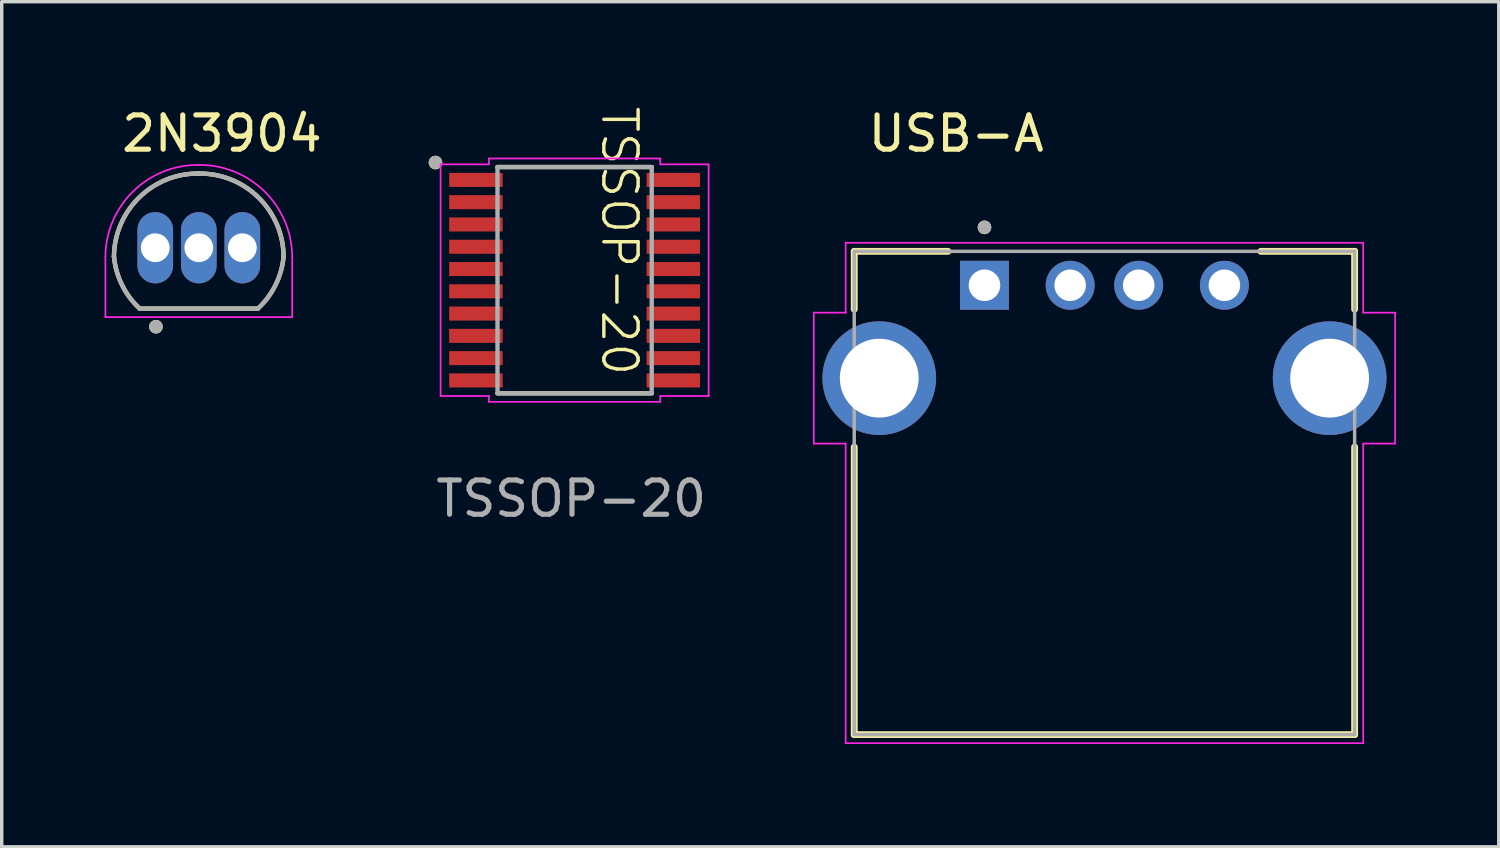
<source format=kicad_pcb>
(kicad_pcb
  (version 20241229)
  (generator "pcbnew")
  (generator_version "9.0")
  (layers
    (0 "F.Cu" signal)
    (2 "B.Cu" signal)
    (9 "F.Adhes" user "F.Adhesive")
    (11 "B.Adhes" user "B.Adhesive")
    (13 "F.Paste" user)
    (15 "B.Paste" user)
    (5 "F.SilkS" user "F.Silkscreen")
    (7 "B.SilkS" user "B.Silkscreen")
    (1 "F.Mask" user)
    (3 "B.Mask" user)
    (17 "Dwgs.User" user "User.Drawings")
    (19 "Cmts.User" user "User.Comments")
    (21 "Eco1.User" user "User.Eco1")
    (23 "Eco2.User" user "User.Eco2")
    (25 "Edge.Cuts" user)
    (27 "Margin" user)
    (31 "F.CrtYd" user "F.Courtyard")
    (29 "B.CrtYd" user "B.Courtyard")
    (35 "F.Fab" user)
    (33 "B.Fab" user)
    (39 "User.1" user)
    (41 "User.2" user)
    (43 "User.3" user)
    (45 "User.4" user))
  (footprint "2N3904"
    (layer "F.Cu")
    (at 2.75 4.178)
    (property "Reference" "2N3904" (at 0.675 -3.33 0) (layer "F.SilkS") (effects (font (size 1 1) (thickness 0.15))))
    (attr through_hole)
    (fp_line (start -1.725 1.775) (end 1.725 1.775) (stroke (width 0.127) (type solid)) (layer "F.SilkS"))
    (fp_arc (start -2.475 0.255) (mid -1.738698 -1.467589) (end 0 -2.165) (stroke (width 0.127) (type solid)) (layer "F.SilkS"))
    (fp_arc (start -1.725 1.775) (mid -2.240559 1.084355) (end -2.475 0.255) (stroke (width 0.127) (type solid)) (layer "F.SilkS"))
    (fp_arc (start 0 -2.165) (mid 1.738698 -1.467589) (end 2.475 0.255) (stroke (width 0.127) (type solid)) (layer "F.SilkS"))
    (fp_arc (start 2.475 0.255) (mid 2.240559 1.084355) (end 1.725 1.775) (stroke (width 0.127) (type solid)) (layer "F.SilkS"))
    (fp_circle (center -1.25 2.305) (end -1.15 2.305) (stroke (width 0.2) (type solid)) (fill no) (layer "F.SilkS"))
    (fp_line (start -2.725 0.255) (end -2.725 2.025) (stroke (width 0.05) (type solid)) (layer "F.CrtYd"))
    (fp_line (start -2.725 2.025) (end 2.725 2.025) (stroke (width 0.05) (type solid)) (layer "F.CrtYd"))
    (fp_line (start 2.725 2.025) (end 2.725 0.255) (stroke (width 0.05) (type solid)) (layer "F.CrtYd"))
    (fp_arc (start -2.725 0.255) (mid -1.915475 -1.644366) (end 0 -2.415) (stroke (width 0.05) (type solid)) (layer "F.CrtYd"))
    (fp_arc (start 0 -2.415) (mid 1.915475 -1.644366) (end 2.725 0.255) (stroke (width 0.05) (type solid)) (layer "F.CrtYd"))
    (fp_line (start -1.725 1.775) (end 1.725 1.775) (stroke (width 0.127) (type solid)) (layer "F.Fab"))
    (fp_arc (start -2.475 0.255) (mid -1.738698 -1.467589) (end 0 -2.165) (stroke (width 0.127) (type solid)) (layer "F.Fab"))
    (fp_arc (start -1.725 1.775) (mid -2.240559 1.084355) (end -2.475 0.255) (stroke (width 0.127) (type solid)) (layer "F.Fab"))
    (fp_arc (start 0 -2.165) (mid 1.738698 -1.467589) (end 2.475 0.255) (stroke (width 0.127) (type solid)) (layer "F.Fab"))
    (fp_arc (start 2.475 0.255) (mid 2.240559 1.084355) (end 1.725 1.775) (stroke (width 0.127) (type solid)) (layer "F.Fab"))
    (fp_circle (center -1.25 2.305) (end -1.15 2.305) (stroke (width 0.2) (type solid)) (fill no) (layer "F.Fab"))
    (pad "1" thru_hole oval (at -1.27 0) (size 1.04 2.08) (drill 0.84) (layers "*.Cu" "*.Mask"))
    (pad "2" thru_hole oval (at 0 0) (size 1.04 2.08) (drill 0.84) (layers "*.Cu" "*.Mask"))
    (pad "3" thru_hole oval (at 1.27 0) (size 1.04 2.08) (drill 0.84) (layers "*.Cu" "*.Mask")))
  (footprint "TSSOP-20"
    (layer "F.Cu")
    (at 13.755 5.249)
    (property "Reference" "TSSOP-20" (at 1.27 -1.27 270) (unlocked yes) (layer "F.SilkS") (effects (font (size 1 1) (thickness 0.1))))
    (attr smd)
    (fp_line (start -2.29 3.175) (end 2.21 3.175) (stroke (width 0.127) (type solid)) (layer "F.SilkS"))
    (fp_line (start 2.21 -3.425) (end -2.29 -3.425) (stroke (width 0.127) (type solid)) (layer "F.SilkS"))
    (fp_circle (center -4.1 -3.556) (end -4 -3.556) (stroke (width 0.2) (type solid)) (fill no) (layer "F.SilkS"))
    (fp_line (start -3.95 -3.505) (end -3.95 3.255) (stroke (width 0.05) (type default)) (layer "F.CrtYd"))
    (fp_line (start -3.95 -3.505) (end -2.54 -3.505) (stroke (width 0.05) (type solid)) (layer "F.CrtYd"))
    (fp_line (start -2.54 -3.675) (end 2.46 -3.675) (stroke (width 0.05) (type solid)) (layer "F.CrtYd"))
    (fp_line (start -2.54 -3.505) (end -2.54 -3.675) (stroke (width 0.05) (type solid)) (layer "F.CrtYd"))
    (fp_line (start -2.54 3.255) (end -3.95 3.255) (stroke (width 0.05) (type solid)) (layer "F.CrtYd"))
    (fp_line (start -2.54 3.425) (end -2.54 3.255) (stroke (width 0.05) (type solid)) (layer "F.CrtYd"))
    (fp_line (start 2.46 -3.675) (end 2.46 -3.505) (stroke (width 0.05) (type solid)) (layer "F.CrtYd"))
    (fp_line (start 2.46 -3.505) (end 3.87 -3.505) (stroke (width 0.05) (type solid)) (layer "F.CrtYd"))
    (fp_line (start 2.46 3.255) (end 2.46 3.425) (stroke (width 0.05) (type solid)) (layer "F.CrtYd"))
    (fp_line (start 2.46 3.425) (end -2.54 3.425) (stroke (width 0.05) (type solid)) (layer "F.CrtYd"))
    (fp_line (start 3.87 -3.505) (end 3.87 3.255) (stroke (width 0.05) (type solid)) (layer "F.CrtYd"))
    (fp_line (start 3.87 3.255) (end 2.46 3.255) (stroke (width 0.05) (type solid)) (layer "F.CrtYd"))
    (fp_line (start -2.29 -3.425) (end 2.21 -3.425) (stroke (width 0.127) (type solid)) (layer "F.Fab"))
    (fp_line (start -2.29 3.175) (end -2.29 -3.425) (stroke (width 0.127) (type solid)) (layer "F.Fab"))
    (fp_line (start 2.21 -3.425) (end 2.21 3.175) (stroke (width 0.127) (type solid)) (layer "F.Fab"))
    (fp_line (start 2.21 3.175) (end -2.29 3.175) (stroke (width 0.127) (type solid)) (layer "F.Fab"))
    (fp_circle (center -4.1 -3.556) (end -4 -3.556) (stroke (width 0.2) (type solid)) (fill no) (layer "F.Fab"))
    (fp_text user "${REFERENCE}" (at -0.14 6.25 0) (unlocked yes) (layer "F.Fab") (effects (font (size 1 1) (thickness 0.15))))
    (pad "1" smd rect (at -2.92 -3.05) (size 1.56 0.41) (layers "F.Cu" "F.Mask" "F.Paste"))
    (pad "2" smd rect (at -2.92 -2.4) (size 1.56 0.41) (layers "F.Cu" "F.Mask" "F.Paste"))
    (pad "3" smd rect (at -2.92 -1.75) (size 1.56 0.41) (layers "F.Cu" "F.Mask" "F.Paste"))
    (pad "4" smd rect (at -2.92 -1.1) (size 1.56 0.41) (layers "F.Cu" "F.Mask" "F.Paste"))
    (pad "5" smd rect (at -2.92 -0.45) (size 1.56 0.41) (layers "F.Cu" "F.Mask" "F.Paste"))
    (pad "6" smd rect (at -2.92 0.2) (size 1.56 0.41) (layers "F.Cu" "F.Mask" "F.Paste"))
    (pad "7" smd rect (at -2.92 0.85) (size 1.56 0.41) (layers "F.Cu" "F.Mask" "F.Paste"))
    (pad "8" smd rect (at -2.92 1.5) (size 1.56 0.41) (layers "F.Cu" "F.Mask" "F.Paste"))
    (pad "9" smd rect (at -2.92 2.15) (size 1.56 0.41) (layers "F.Cu" "F.Mask" "F.Paste"))
    (pad "10" smd rect (at -2.92 2.8) (size 1.56 0.41) (layers "F.Cu" "F.Mask" "F.Paste"))
    (pad "11" smd rect (at 2.84 2.8) (size 1.56 0.41) (layers "F.Cu" "F.Mask" "F.Paste"))
    (pad "12" smd rect (at 2.84 2.15) (size 1.56 0.41) (layers "F.Cu" "F.Mask" "F.Paste"))
    (pad "13" smd rect (at 2.84 1.5) (size 1.56 0.41) (layers "F.Cu" "F.Mask" "F.Paste"))
    (pad "14" smd rect (at 2.84 0.85) (size 1.56 0.41) (layers "F.Cu" "F.Mask" "F.Paste"))
    (pad "15" smd rect (at 2.84 0.2) (size 1.56 0.41) (layers "F.Cu" "F.Mask" "F.Paste"))
    (pad "16" smd rect (at 2.84 -0.45) (size 1.56 0.41) (layers "F.Cu" "F.Mask" "F.Paste"))
    (pad "17" smd rect (at 2.84 -1.1) (size 1.56 0.41) (layers "F.Cu" "F.Mask" "F.Paste"))
    (pad "18" smd rect (at 2.84 -1.75) (size 1.56 0.41) (layers "F.Cu" "F.Mask" "F.Paste"))
    (pad "19" smd rect (at 2.84 -2.4) (size 1.56 0.41) (layers "F.Cu" "F.Mask" "F.Paste"))
    (pad "20" smd rect (at 2.84 -3.05) (size 1.56 0.41) (layers "F.Cu" "F.Mask" "F.Paste")))
  (footprint "USB-A"
    (layer "F.Cu")
    (at 29.173 7.983)
    (property "Reference" "USB-A" (at -4.325 -7.135 0) (layer "F.SilkS") (effects (font (size 1 1) (thickness 0.15))))
    (attr through_hole)
    (fp_line (start -7.3 -3.7) (end -4.565 -3.7) (stroke (width 0.2) (type solid)) (layer "F.SilkS"))
    (fp_line (start -7.3 -2.01) (end -7.3 -3.7) (stroke (width 0.2) (type solid)) (layer "F.SilkS"))
    (fp_line (start -7.3 10.4) (end -7.3 2.01) (stroke (width 0.2) (type solid)) (layer "F.SilkS"))
    (fp_line (start 4.565 -3.7) (end 7.3 -3.7) (stroke (width 0.2) (type solid)) (layer "F.SilkS"))
    (fp_line (start 7.3 -3.7) (end 7.3 -2.01) (stroke (width 0.2) (type solid)) (layer "F.SilkS"))
    (fp_line (start 7.3 2.01) (end 7.3 10.4) (stroke (width 0.2) (type solid)) (layer "F.SilkS"))
    (fp_line (start 7.3 10.4) (end -7.3 10.4) (stroke (width 0.2) (type solid)) (layer "F.SilkS"))
    (fp_circle (center -3.5 -4.4) (end -3.4 -4.4) (stroke (width 0.2) (type solid)) (fill no) (layer "F.SilkS"))
    (fp_line (start -8.48 -1.91) (end -7.55 -1.91) (stroke (width 0.05) (type solid)) (layer "F.CrtYd"))
    (fp_line (start -8.48 1.91) (end -8.48 -1.91) (stroke (width 0.05) (type solid)) (layer "F.CrtYd"))
    (fp_line (start -7.55 -3.95) (end 7.55 -3.95) (stroke (width 0.05) (type solid)) (layer "F.CrtYd"))
    (fp_line (start -7.55 -1.91) (end -7.55 -3.95) (stroke (width 0.05) (type solid)) (layer "F.CrtYd"))
    (fp_line (start -7.55 1.91) (end -8.48 1.91) (stroke (width 0.05) (type solid)) (layer "F.CrtYd"))
    (fp_line (start -7.55 10.65) (end -7.55 1.91) (stroke (width 0.05) (type solid)) (layer "F.CrtYd"))
    (fp_line (start 7.55 -3.95) (end 7.55 -1.91) (stroke (width 0.05) (type solid)) (layer "F.CrtYd"))
    (fp_line (start 7.55 -1.91) (end 8.48 -1.91) (stroke (width 0.05) (type solid)) (layer "F.CrtYd"))
    (fp_line (start 7.55 1.91) (end 7.55 10.65) (stroke (width 0.05) (type solid)) (layer "F.CrtYd"))
    (fp_line (start 7.55 10.65) (end -7.55 10.65) (stroke (width 0.05) (type solid)) (layer "F.CrtYd"))
    (fp_line (start 8.48 -1.91) (end 8.48 1.91) (stroke (width 0.05) (type solid)) (layer "F.CrtYd"))
    (fp_line (start 8.48 1.91) (end 7.55 1.91) (stroke (width 0.05) (type solid)) (layer "F.CrtYd"))
    (fp_line (start -7.3 -3.7) (end 7.3 -3.7) (stroke (width 0.1) (type solid)) (layer "F.Fab"))
    (fp_line (start -7.3 10.4) (end -7.3 -3.7) (stroke (width 0.1) (type solid)) (layer "F.Fab"))
    (fp_line (start 7.3 -3.7) (end 7.3 10.4) (stroke (width 0.1) (type solid)) (layer "F.Fab"))
    (fp_line (start 7.3 10.4) (end -7.3 10.4) (stroke (width 0.1) (type solid)) (layer "F.Fab"))
    (fp_circle (center -3.5 -4.4) (end -3.4 -4.4) (stroke (width 0.2) (type solid)) (fill no) (layer "F.Fab"))
    (pad "01" thru_hole rect (at -3.5 -2.71) (size 1.428 1.428) (drill 0.92) (layers "*.Cu" "*.Mask"))
    (pad "02" thru_hole circle (at -1 -2.71) (size 1.428 1.428) (drill 0.92) (layers "*.Cu" "*.Mask"))
    (pad "03" thru_hole circle (at 1 -2.71) (size 1.428 1.428) (drill 0.92) (layers "*.Cu" "*.Mask"))
    (pad "04" thru_hole circle (at 3.5 -2.71) (size 1.428 1.428) (drill 0.92) (layers "*.Cu" "*.Mask"))
    (pad "S1" thru_hole circle (at -6.57 0) (size 3.316 3.316) (drill 2.3) (layers "*.Cu" "*.Mask"))
    (pad "S2" thru_hole circle (at 6.57 0) (size 3.316 3.316) (drill 2.3) (layers "*.Cu" "*.Mask")))
  (gr_rect
    (start -3 -3)
    (end 40.678 21.658)
    (stroke (width 0.1) (type default))
    (fill no)
    (layer "Edge.Cuts")))
</source>
